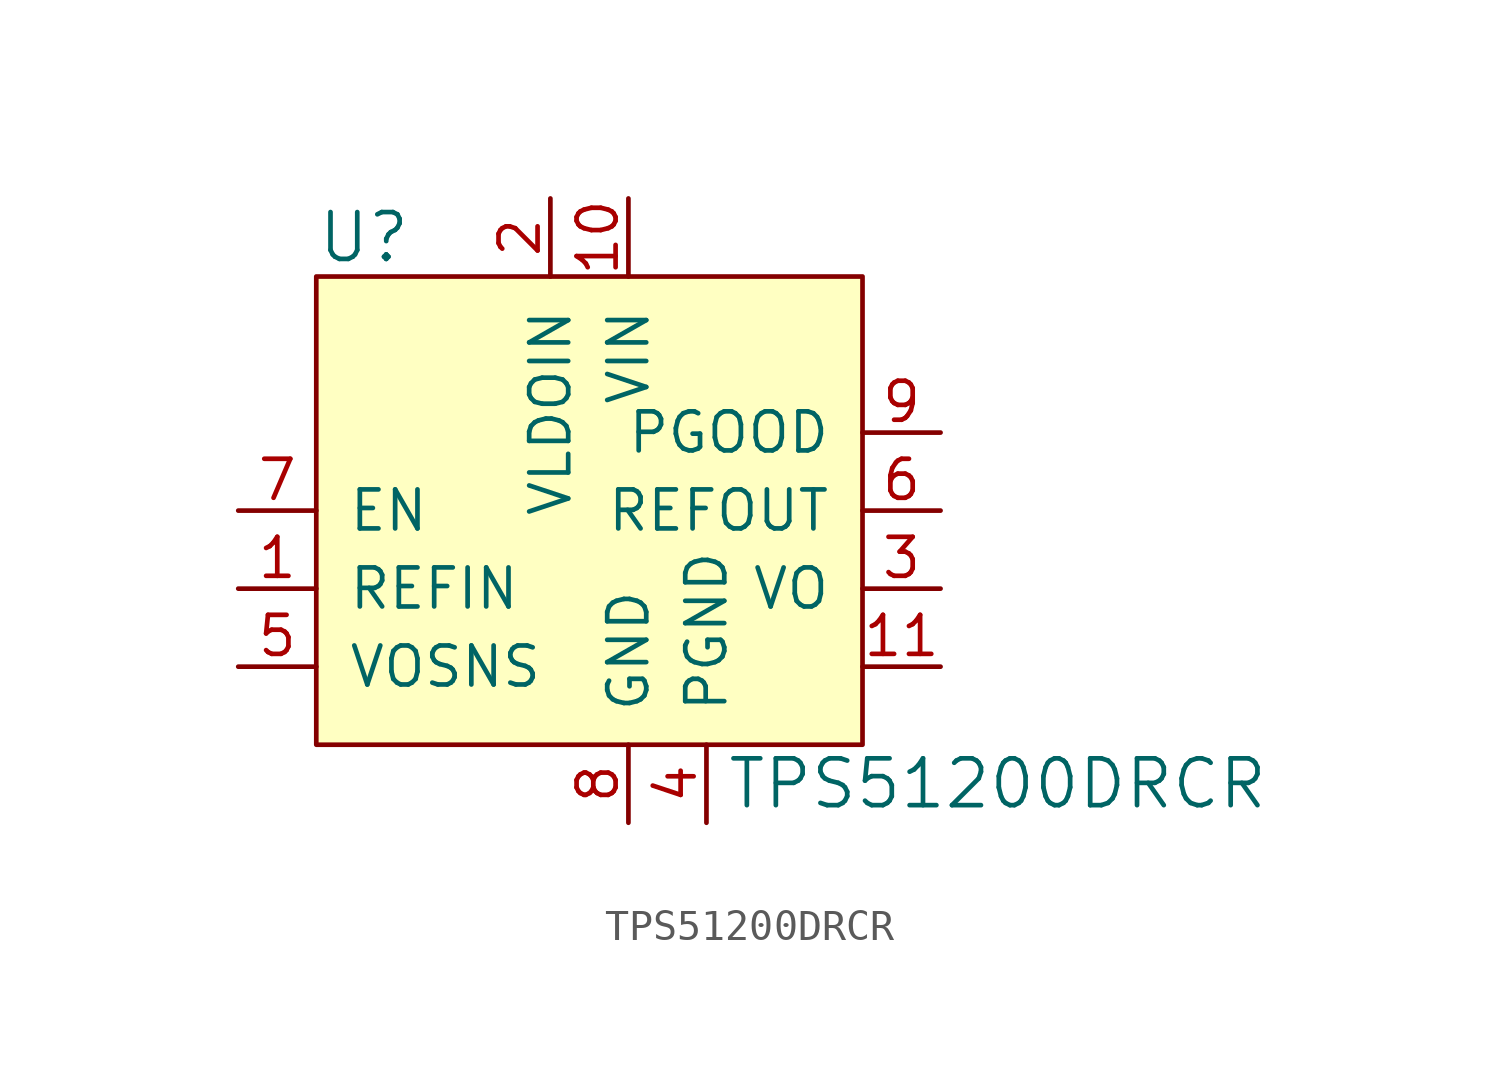
<source format=kicad_sym>
(kicad_symbol_lib
  (version 20231120)
  (generator "kicad_symbol_editor")
  (generator_version "8.0")
  (symbol "TPS51200DRCR"
    (pin_names
      (offset 1.016))
    (property "Reference" "U"
      (at -10.16 8.89 0)
      (effects (font (size 1.524 1.524)) (justify left)))
    (property "Value" "TPS51200DRCR"
      (at 3.175 -8.89 0)
      (effects (font (size 1.524 1.524)) (justify left)))
    (symbol "TPS51200DRCR_0_1"
      (rectangle (start -10.16 7.62) (end 7.62 -7.62) (stroke (width 0) (type default)) (fill (type background))))
    (symbol "TPS51200DRCR_1_1"
      (pin input line (at -12.7 -2.54 0) (length 2.54) (name "REFIN" (effects (font (size 1.27 1.27)))) (number "1" (effects (font (size 1.27 1.27)))))
      (pin power_in line (at 0 10.16 270) (length 2.54) (name "VIN" (effects (font (size 1.27 1.27)))) (number "10" (effects (font (size 1.27 1.27)))))
      (pin unspecified line (at 10.16 -5.08 180) (length 2.54) (name "~" (effects (font (size 1.27 1.27)))) (number "11" (effects (font (size 1.27 1.27)))))
      (pin power_in line (at -2.54 10.16 270) (length 2.54) (name "VLDOIN" (effects (font (size 1.27 1.27)))) (number "2" (effects (font (size 1.27 1.27)))))
      (pin output line (at 10.16 -2.54 180) (length 2.54) (name "VO" (effects (font (size 1.27 1.27)))) (number "3" (effects (font (size 1.27 1.27)))))
      (pin power_in line (at 2.54 -10.16 90) (length 2.54) (name "PGND" (effects (font (size 1.27 1.27)))) (number "4" (effects (font (size 1.27 1.27)))))
      (pin input line (at -12.7 -5.08 0) (length 2.54) (name "VOSNS" (effects (font (size 1.27 1.27)))) (number "5" (effects (font (size 1.27 1.27)))))
      (pin output line (at 10.16 0 180) (length 2.54) (name "REFOUT" (effects (font (size 1.27 1.27)))) (number "6" (effects (font (size 1.27 1.27)))))
      (pin input line (at -12.7 0 0) (length 2.54) (name "EN" (effects (font (size 1.27 1.27)))) (number "7" (effects (font (size 1.27 1.27)))))
      (pin power_in line (at 0 -10.16 90) (length 2.54) (name "GND" (effects (font (size 1.27 1.27)))) (number "8" (effects (font (size 1.27 1.27)))))
      (pin output line (at 10.16 2.54 180) (length 2.54) (name "PGOOD" (effects (font (size 1.27 1.27)))) (number "9" (effects (font (size 1.27 1.27))))))))
</source>
